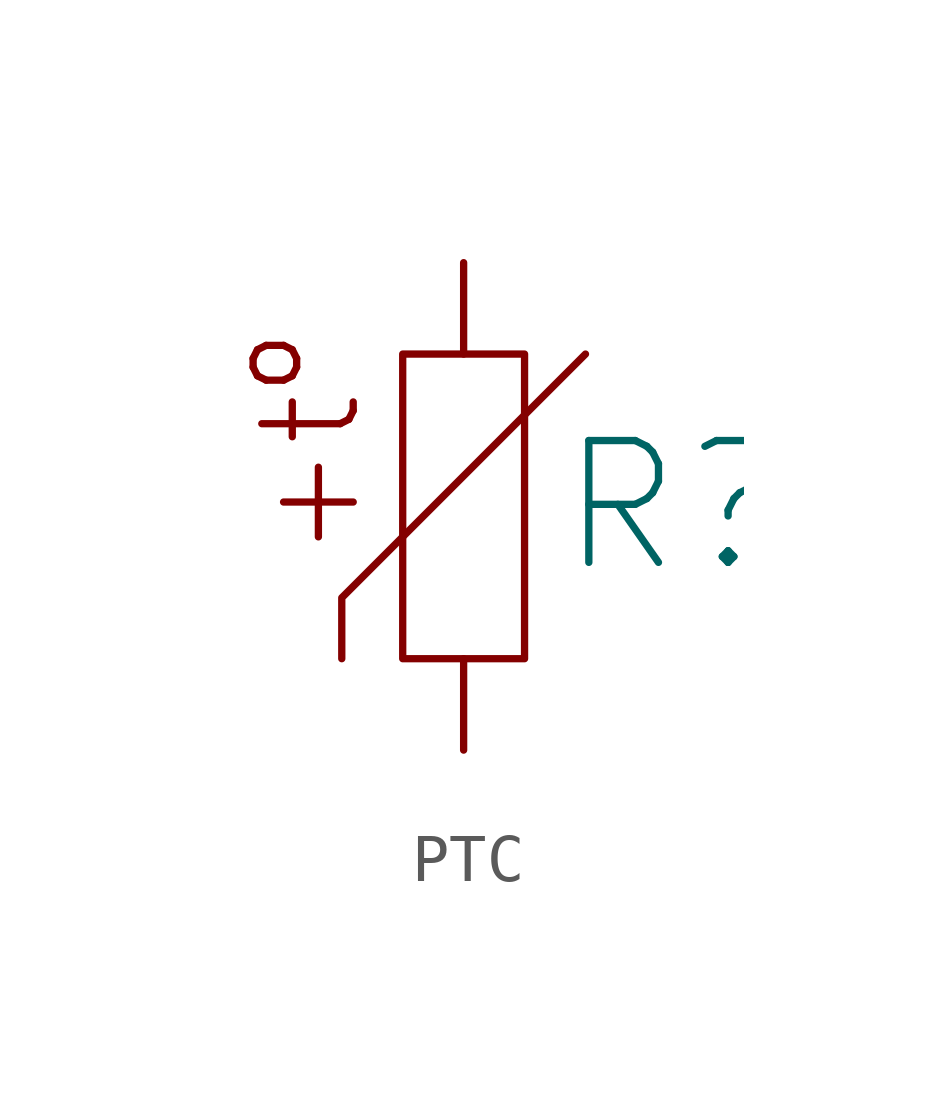
<source format=kicad_sym>
(kicad_symbol_lib
  (version 20231120)
  (generator "kicad_symbol_editor")
  (generator_version "8.0")
  (symbol "PTC"
    (pin_names
      (offset 1.016))
    (property "Reference" "R"
      (at 1.905 -5.08 0)
      (effects (font (size 2.54 2.54)) (justify left)))
    (symbol "PTC_0_1"
      (rectangle (start -1.27 -1.905) (end 1.27 -8.255) (stroke (width 0) (type default)) (fill (type none))))
    (symbol "PTC_1_0"
      (polyline (pts (xy -2.54 -8.255) (xy -2.54 -6.985) (xy 2.54 -1.905)) (stroke (width 0) (type default)) (fill (type none)))
      (text "+tº" (at -3.175 -3.81 900) (effects (font (size 1.905 1.905)))))
    (symbol "PTC_1_1"
      (pin input line (at 0 -10.16 90) (length 1.905) (name "" (effects (font (size 1.27 1.27)))) (number "" (effects (font (size 1.143 1.143)))))
      (pin input line (at 0 0 270) (length 1.905) (name "" (effects (font (size 1.27 1.27)))) (number "" (effects (font (size 1.143 1.143))))))))
</source>
